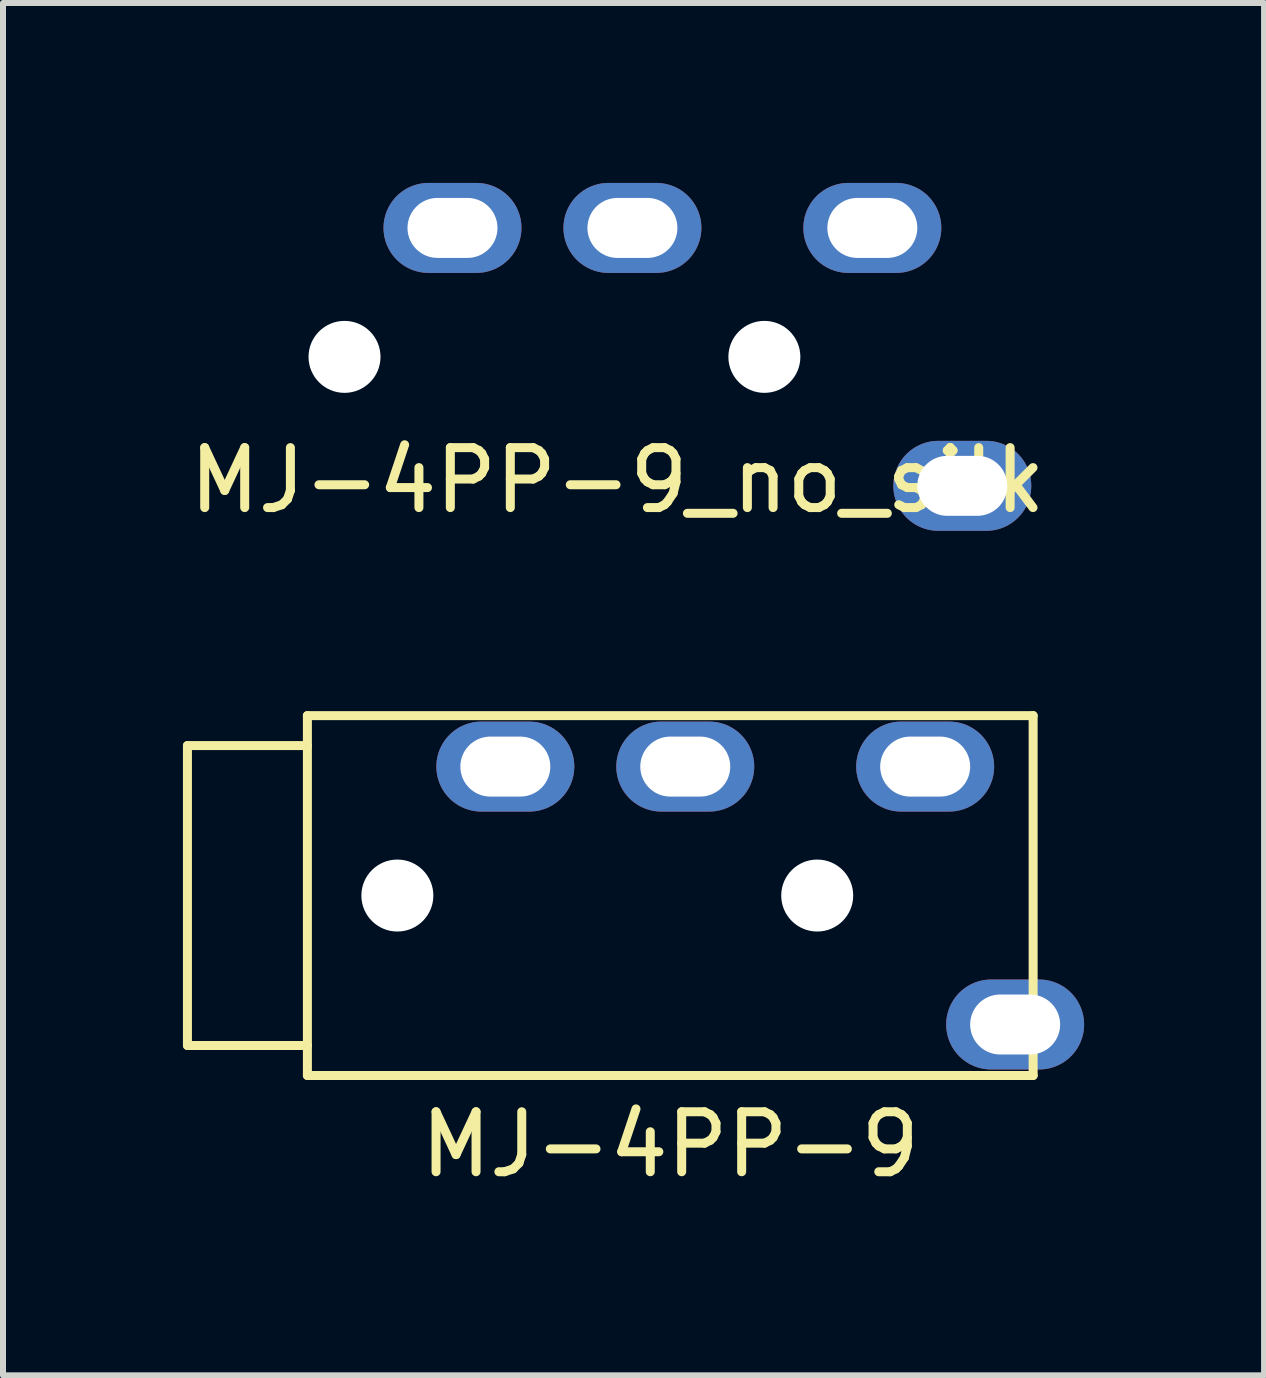
<source format=kicad_pcb>
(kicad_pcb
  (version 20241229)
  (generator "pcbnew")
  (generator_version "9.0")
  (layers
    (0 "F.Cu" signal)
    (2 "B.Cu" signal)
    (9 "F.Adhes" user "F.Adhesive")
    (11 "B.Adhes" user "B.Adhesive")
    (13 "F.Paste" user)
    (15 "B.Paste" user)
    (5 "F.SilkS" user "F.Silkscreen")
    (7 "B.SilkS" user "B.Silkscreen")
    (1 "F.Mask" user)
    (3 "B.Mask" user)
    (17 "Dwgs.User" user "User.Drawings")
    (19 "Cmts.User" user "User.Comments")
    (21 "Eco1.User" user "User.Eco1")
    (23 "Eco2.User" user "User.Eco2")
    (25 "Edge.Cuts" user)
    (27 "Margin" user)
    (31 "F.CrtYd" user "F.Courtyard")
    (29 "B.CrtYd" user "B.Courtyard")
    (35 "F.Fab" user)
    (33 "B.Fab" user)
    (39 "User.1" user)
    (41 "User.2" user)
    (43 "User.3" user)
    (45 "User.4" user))
  (footprint "MJ-4PP-9"
    (layer "F.Cu")
    (at 8.125 11.831)
    (property "Reference" "MJ-4PP-9" (at 0 4.2 0) (layer "F.SilkS") (effects (font (size 1 1) (thickness 0.15))))
    (attr through_hole)
    (fp_line (start -8.05 -2.45) (end -8.05 2.55) (stroke (width 0.15) (type solid)) (layer "F.SilkS"))
    (fp_line (start -8.05 -2.45) (end -6.05 -2.45) (stroke (width 0.15) (type solid)) (layer "F.SilkS"))
    (fp_line (start -8.05 2.55) (end -6.05 2.55) (stroke (width 0.15) (type solid)) (layer "F.SilkS"))
    (fp_line (start -6.05 -2.95) (end 6.05 -2.95) (stroke (width 0.15) (type solid)) (layer "F.SilkS"))
    (fp_line (start -6.05 3.05) (end -6.05 -2.95) (stroke (width 0.15) (type solid)) (layer "F.SilkS"))
    (fp_line (start 6.05 -2.95) (end 6.05 3.05) (stroke (width 0.15) (type solid)) (layer "F.SilkS"))
    (fp_line (start 6.05 3.05) (end -6.05 3.05) (stroke (width 0.15) (type solid)) (layer "F.SilkS"))
    (pad "" np_thru_hole circle (at -4.55 0.05) (size 1.2 1.2) (drill 1.2) (layers "*.Cu" "*.Mask"))
    (pad "" np_thru_hole circle (at 2.45 0.05) (size 1.2 1.2) (drill 1.2) (layers "*.Cu" "*.Mask"))
    (pad "1" thru_hole oval (at 5.75 2.2) (size 2.3 1.5) (drill oval 1.5 1) (layers "*.Cu" "*.Mask"))
    (pad "2" thru_hole oval (at -2.75 -2.1) (size 2.3 1.5) (drill oval 1.5 1) (layers "*.Cu" "*.Mask"))
    (pad "3" thru_hole oval (at 0.25 -2.1) (size 2.3 1.5) (drill oval 1.5 1) (layers "*.Cu" "*.Mask"))
    (pad "4" thru_hole oval (at 4.25 -2.1) (size 2.3 1.5) (drill oval 1.5 1) (layers "*.Cu" "*.Mask")))
  (footprint "MJ-4PP-9_no_silk"
    (layer "F.Cu")
    (at 7.244 2.85)
    (property "Reference" "MJ-4PP-9_no_silk" (at 0 2.108 0) (layer "F.SilkS") (effects (font (size 1 1) (thickness 0.15))))
    (attr through_hole)
    (pad "" np_thru_hole circle (at -4.55 0.05) (size 1.2 1.2) (drill 1.2) (layers "*.Cu" "*.Mask"))
    (pad "" np_thru_hole circle (at 2.45 0.05) (size 1.2 1.2) (drill 1.2) (layers "*.Cu" "*.Mask"))
    (pad "1" thru_hole oval (at 5.75 2.2) (size 2.3 1.5) (drill oval 1.5 1) (layers "*.Cu" "*.Mask"))
    (pad "2" thru_hole oval (at -2.75 -2.1) (size 2.3 1.5) (drill oval 1.5 1) (layers "*.Cu" "*.Mask"))
    (pad "3" thru_hole oval (at 0.25 -2.1) (size 2.3 1.5) (drill oval 1.5 1) (layers "*.Cu" "*.Mask"))
    (pad "4" thru_hole oval (at 4.25 -2.1) (size 2.3 1.5) (drill oval 1.5 1) (layers "*.Cu" "*.Mask")))
  (gr_rect
    (start -3 -3)
    (end 18.025 19.88)
    (stroke (width 0.1) (type default))
    (fill no)
    (layer "Edge.Cuts")))
</source>
